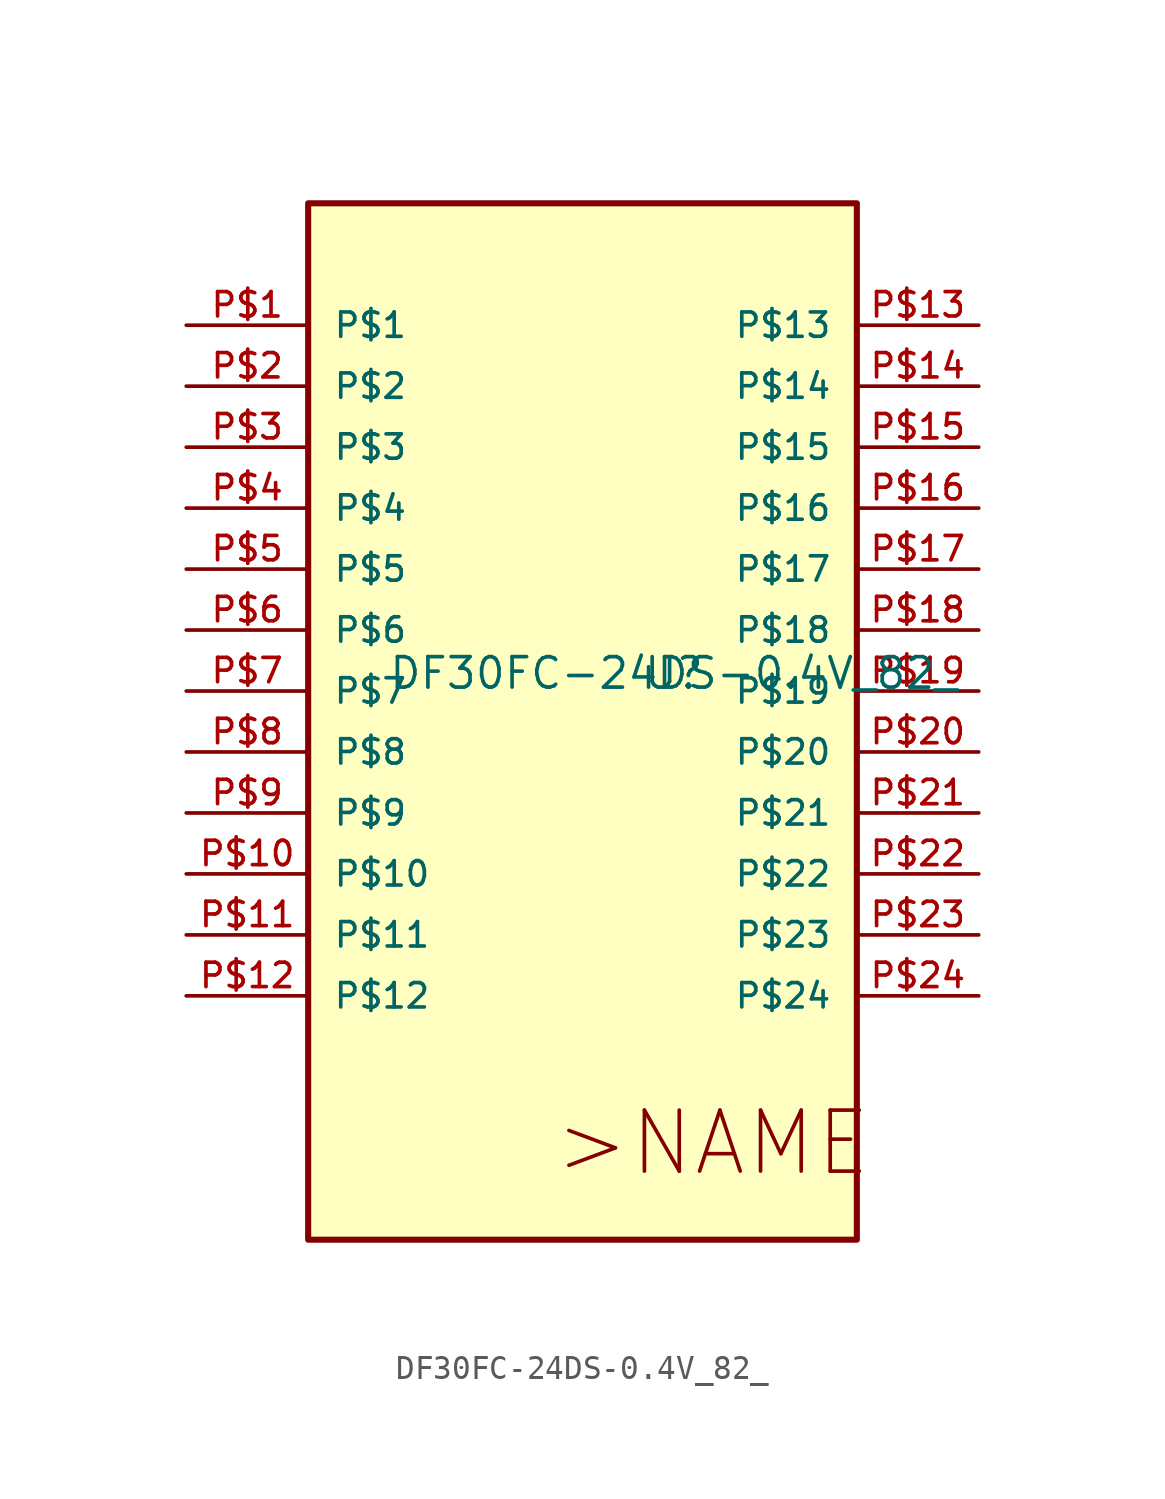
<source format=kicad_sym>
(kicad_symbol_lib
  (version 20211014)
  (generator kicad_symbol_editor)
  (symbol "DF30FC-24DS-0.4V_82_"
    (pin_names
      (offset 1.016))
    (property "Reference" "U"
      (at 0 0 0)
      (effects (font (size 1.27 1.27)) (justify bottom)))
    (property "Value" "DF30FC-24DS-0.4V_82_"
      (at 0 0.0 0)
      (effects (font (size 1.27 1.27)) (justify bottom)))
    (symbol "DF30FC-24DS-0.4V_82__0_0"
      (text ">NAME" (at -5.08 -20.32 0) (effects (font (size 2.54 2.54)) (justify bottom left)))
      (rectangle (start -15.24 -22.86) (end 7.62 20.32) (stroke (width 0.254)) (fill (type background)))
      (pin bidirectional line (at -20.32 15.24 0) (length 5.08) (name "P$1" (effects (font (size 1.016 1.016)))) (number "P$1" (effects (font (size 1.016 1.016)))))
      (pin bidirectional line (at -20.32 12.7 0) (length 5.08) (name "P$2" (effects (font (size 1.016 1.016)))) (number "P$2" (effects (font (size 1.016 1.016)))))
      (pin bidirectional line (at -20.32 10.16 0) (length 5.08) (name "P$3" (effects (font (size 1.016 1.016)))) (number "P$3" (effects (font (size 1.016 1.016)))))
      (pin bidirectional line (at -20.32 7.62 0) (length 5.08) (name "P$4" (effects (font (size 1.016 1.016)))) (number "P$4" (effects (font (size 1.016 1.016)))))
      (pin bidirectional line (at -20.32 5.08 0) (length 5.08) (name "P$5" (effects (font (size 1.016 1.016)))) (number "P$5" (effects (font (size 1.016 1.016)))))
      (pin bidirectional line (at -20.32 2.54 0) (length 5.08) (name "P$6" (effects (font (size 1.016 1.016)))) (number "P$6" (effects (font (size 1.016 1.016)))))
      (pin bidirectional line (at -20.32 0.0 0) (length 5.08) (name "P$7" (effects (font (size 1.016 1.016)))) (number "P$7" (effects (font (size 1.016 1.016)))))
      (pin bidirectional line (at -20.32 -2.54 0) (length 5.08) (name "P$8" (effects (font (size 1.016 1.016)))) (number "P$8" (effects (font (size 1.016 1.016)))))
      (pin bidirectional line (at -20.32 -5.08 0) (length 5.08) (name "P$9" (effects (font (size 1.016 1.016)))) (number "P$9" (effects (font (size 1.016 1.016)))))
      (pin bidirectional line (at -20.32 -7.62 0) (length 5.08) (name "P$10" (effects (font (size 1.016 1.016)))) (number "P$10" (effects (font (size 1.016 1.016)))))
      (pin bidirectional line (at -20.32 -10.16 0) (length 5.08) (name "P$11" (effects (font (size 1.016 1.016)))) (number "P$11" (effects (font (size 1.016 1.016)))))
      (pin bidirectional line (at -20.32 -12.7 0) (length 5.08) (name "P$12" (effects (font (size 1.016 1.016)))) (number "P$12" (effects (font (size 1.016 1.016)))))
      (pin bidirectional line (at 12.7 15.24 180.0) (length 5.08) (name "P$13" (effects (font (size 1.016 1.016)))) (number "P$13" (effects (font (size 1.016 1.016)))))
      (pin bidirectional line (at 12.7 12.7 180.0) (length 5.08) (name "P$14" (effects (font (size 1.016 1.016)))) (number "P$14" (effects (font (size 1.016 1.016)))))
      (pin bidirectional line (at 12.7 10.16 180.0) (length 5.08) (name "P$15" (effects (font (size 1.016 1.016)))) (number "P$15" (effects (font (size 1.016 1.016)))))
      (pin bidirectional line (at 12.7 7.62 180.0) (length 5.08) (name "P$16" (effects (font (size 1.016 1.016)))) (number "P$16" (effects (font (size 1.016 1.016)))))
      (pin bidirectional line (at 12.7 5.08 180.0) (length 5.08) (name "P$17" (effects (font (size 1.016 1.016)))) (number "P$17" (effects (font (size 1.016 1.016)))))
      (pin bidirectional line (at 12.7 2.54 180.0) (length 5.08) (name "P$18" (effects (font (size 1.016 1.016)))) (number "P$18" (effects (font (size 1.016 1.016)))))
      (pin bidirectional line (at 12.7 0.0 180.0) (length 5.08) (name "P$19" (effects (font (size 1.016 1.016)))) (number "P$19" (effects (font (size 1.016 1.016)))))
      (pin bidirectional line (at 12.7 -2.54 180.0) (length 5.08) (name "P$20" (effects (font (size 1.016 1.016)))) (number "P$20" (effects (font (size 1.016 1.016)))))
      (pin bidirectional line (at 12.7 -5.08 180.0) (length 5.08) (name "P$21" (effects (font (size 1.016 1.016)))) (number "P$21" (effects (font (size 1.016 1.016)))))
      (pin bidirectional line (at 12.7 -7.62 180.0) (length 5.08) (name "P$22" (effects (font (size 1.016 1.016)))) (number "P$22" (effects (font (size 1.016 1.016)))))
      (pin bidirectional line (at 12.7 -10.16 180.0) (length 5.08) (name "P$23" (effects (font (size 1.016 1.016)))) (number "P$23" (effects (font (size 1.016 1.016)))))
      (pin bidirectional line (at 12.7 -12.7 180.0) (length 5.08) (name "P$24" (effects (font (size 1.016 1.016)))) (number "P$24" (effects (font (size 1.016 1.016))))))))
</source>
